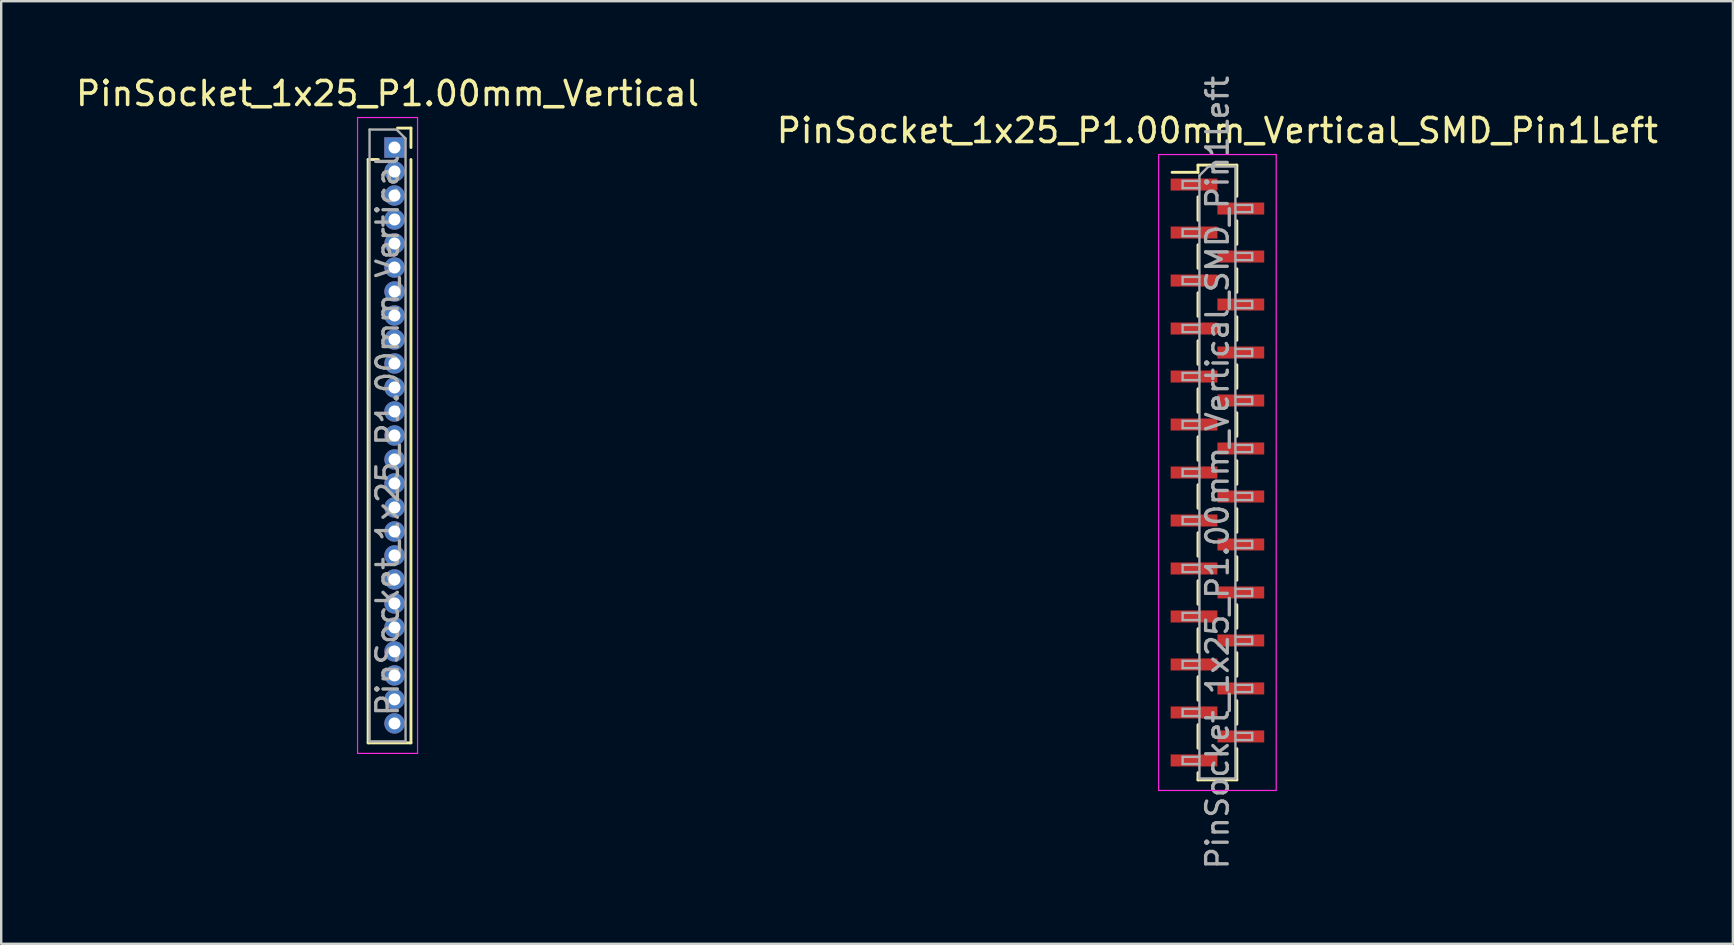
<source format=kicad_pcb>
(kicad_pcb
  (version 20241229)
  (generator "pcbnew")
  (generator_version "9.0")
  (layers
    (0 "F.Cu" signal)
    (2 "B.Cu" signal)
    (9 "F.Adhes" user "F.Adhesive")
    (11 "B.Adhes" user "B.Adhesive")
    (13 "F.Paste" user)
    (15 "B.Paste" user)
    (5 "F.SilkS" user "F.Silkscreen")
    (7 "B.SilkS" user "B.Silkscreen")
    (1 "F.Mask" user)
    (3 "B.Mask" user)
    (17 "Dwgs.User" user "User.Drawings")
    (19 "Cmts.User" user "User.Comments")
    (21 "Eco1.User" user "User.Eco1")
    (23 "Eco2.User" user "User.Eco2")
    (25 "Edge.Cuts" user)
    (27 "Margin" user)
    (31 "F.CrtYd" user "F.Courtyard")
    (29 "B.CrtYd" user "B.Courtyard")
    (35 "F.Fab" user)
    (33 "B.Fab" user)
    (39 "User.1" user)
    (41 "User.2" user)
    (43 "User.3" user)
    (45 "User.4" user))
  (footprint "PinSocket_1x25_P1.00mm_Vertical_SMD_Pin1Left"
    (layer "F.Cu")
    (at 47.685 16.641)
    (property "Reference" "PinSocket_1x25_P1.00mm_Vertical_SMD_Pin1Left" (at 0 -14.25 0) (layer "F.SilkS") (effects (font (size 1 1) (thickness 0.15))))
    (attr smd)
    (fp_line (start -1.89 -12.51) (end -0.81 -12.51) (stroke (width 0.12) (type solid)) (layer "F.SilkS"))
    (fp_line (start -0.81 -12.81) (end -0.81 -12.51) (stroke (width 0.12) (type solid)) (layer "F.SilkS"))
    (fp_line (start -0.81 -12.81) (end 0.81 -12.81) (stroke (width 0.12) (type solid)) (layer "F.SilkS"))
    (fp_line (start -0.81 -11.49) (end -0.81 -10.51) (stroke (width 0.12) (type solid)) (layer "F.SilkS"))
    (fp_line (start -0.81 -9.49) (end -0.81 -8.51) (stroke (width 0.12) (type solid)) (layer "F.SilkS"))
    (fp_line (start -0.81 -7.49) (end -0.81 -6.51) (stroke (width 0.12) (type solid)) (layer "F.SilkS"))
    (fp_line (start -0.81 -5.49) (end -0.81 -4.51) (stroke (width 0.12) (type solid)) (layer "F.SilkS"))
    (fp_line (start -0.81 -3.49) (end -0.81 -2.51) (stroke (width 0.12) (type solid)) (layer "F.SilkS"))
    (fp_line (start -0.81 -1.49) (end -0.81 -0.51) (stroke (width 0.12) (type solid)) (layer "F.SilkS"))
    (fp_line (start -0.81 0.51) (end -0.81 1.49) (stroke (width 0.12) (type solid)) (layer "F.SilkS"))
    (fp_line (start -0.81 2.51) (end -0.81 3.49) (stroke (width 0.12) (type solid)) (layer "F.SilkS"))
    (fp_line (start -0.81 4.51) (end -0.81 5.49) (stroke (width 0.12) (type solid)) (layer "F.SilkS"))
    (fp_line (start -0.81 6.51) (end -0.81 7.49) (stroke (width 0.12) (type solid)) (layer "F.SilkS"))
    (fp_line (start -0.81 8.51) (end -0.81 9.49) (stroke (width 0.12) (type solid)) (layer "F.SilkS"))
    (fp_line (start -0.81 10.51) (end -0.81 11.49) (stroke (width 0.12) (type solid)) (layer "F.SilkS"))
    (fp_line (start -0.81 12.51) (end -0.81 12.81) (stroke (width 0.12) (type solid)) (layer "F.SilkS"))
    (fp_line (start -0.81 12.81) (end 0.81 12.81) (stroke (width 0.12) (type solid)) (layer "F.SilkS"))
    (fp_line (start 0.81 -12.81) (end 0.81 -11.51) (stroke (width 0.12) (type solid)) (layer "F.SilkS"))
    (fp_line (start 0.81 -10.49) (end 0.81 -9.51) (stroke (width 0.12) (type solid)) (layer "F.SilkS"))
    (fp_line (start 0.81 -8.49) (end 0.81 -7.51) (stroke (width 0.12) (type solid)) (layer "F.SilkS"))
    (fp_line (start 0.81 -6.49) (end 0.81 -5.51) (stroke (width 0.12) (type solid)) (layer "F.SilkS"))
    (fp_line (start 0.81 -4.49) (end 0.81 -3.51) (stroke (width 0.12) (type solid)) (layer "F.SilkS"))
    (fp_line (start 0.81 -2.49) (end 0.81 -1.51) (stroke (width 0.12) (type solid)) (layer "F.SilkS"))
    (fp_line (start 0.81 -0.49) (end 0.81 0.49) (stroke (width 0.12) (type solid)) (layer "F.SilkS"))
    (fp_line (start 0.81 1.51) (end 0.81 2.49) (stroke (width 0.12) (type solid)) (layer "F.SilkS"))
    (fp_line (start 0.81 3.51) (end 0.81 4.49) (stroke (width 0.12) (type solid)) (layer "F.SilkS"))
    (fp_line (start 0.81 5.51) (end 0.81 6.49) (stroke (width 0.12) (type solid)) (layer "F.SilkS"))
    (fp_line (start 0.81 7.51) (end 0.81 8.49) (stroke (width 0.12) (type solid)) (layer "F.SilkS"))
    (fp_line (start 0.81 9.51) (end 0.81 10.49) (stroke (width 0.12) (type solid)) (layer "F.SilkS"))
    (fp_line (start 0.81 11.51) (end 0.81 12.81) (stroke (width 0.12) (type solid)) (layer "F.SilkS"))
    (fp_line (start -2.45 -13.25) (end 2.45 -13.25) (stroke (width 0.05) (type solid)) (layer "F.CrtYd"))
    (fp_line (start -2.45 13.25) (end -2.45 -13.25) (stroke (width 0.05) (type solid)) (layer "F.CrtYd"))
    (fp_line (start 2.45 -13.25) (end 2.45 13.25) (stroke (width 0.05) (type solid)) (layer "F.CrtYd"))
    (fp_line (start 2.45 13.25) (end -2.45 13.25) (stroke (width 0.05) (type solid)) (layer "F.CrtYd"))
    (fp_line (start -1.45 -12.15) (end -0.75 -12.15) (stroke (width 0.1) (type solid)) (layer "F.Fab"))
    (fp_line (start -1.45 -11.85) (end -1.45 -12.15) (stroke (width 0.1) (type solid)) (layer "F.Fab"))
    (fp_line (start -1.45 -10.15) (end -0.75 -10.15) (stroke (width 0.1) (type solid)) (layer "F.Fab"))
    (fp_line (start -1.45 -9.85) (end -1.45 -10.15) (stroke (width 0.1) (type solid)) (layer "F.Fab"))
    (fp_line (start -1.45 -8.15) (end -0.75 -8.15) (stroke (width 0.1) (type solid)) (layer "F.Fab"))
    (fp_line (start -1.45 -7.85) (end -1.45 -8.15) (stroke (width 0.1) (type solid)) (layer "F.Fab"))
    (fp_line (start -1.45 -6.15) (end -0.75 -6.15) (stroke (width 0.1) (type solid)) (layer "F.Fab"))
    (fp_line (start -1.45 -5.85) (end -1.45 -6.15) (stroke (width 0.1) (type solid)) (layer "F.Fab"))
    (fp_line (start -1.45 -4.15) (end -0.75 -4.15) (stroke (width 0.1) (type solid)) (layer "F.Fab"))
    (fp_line (start -1.45 -3.85) (end -1.45 -4.15) (stroke (width 0.1) (type solid)) (layer "F.Fab"))
    (fp_line (start -1.45 -2.15) (end -0.75 -2.15) (stroke (width 0.1) (type solid)) (layer "F.Fab"))
    (fp_line (start -1.45 -1.85) (end -1.45 -2.15) (stroke (width 0.1) (type solid)) (layer "F.Fab"))
    (fp_line (start -1.45 -0.15) (end -0.75 -0.15) (stroke (width 0.1) (type solid)) (layer "F.Fab"))
    (fp_line (start -1.45 0.15) (end -1.45 -0.15) (stroke (width 0.1) (type solid)) (layer "F.Fab"))
    (fp_line (start -1.45 1.85) (end -0.75 1.85) (stroke (width 0.1) (type solid)) (layer "F.Fab"))
    (fp_line (start -1.45 2.15) (end -1.45 1.85) (stroke (width 0.1) (type solid)) (layer "F.Fab"))
    (fp_line (start -1.45 3.85) (end -0.75 3.85) (stroke (width 0.1) (type solid)) (layer "F.Fab"))
    (fp_line (start -1.45 4.15) (end -1.45 3.85) (stroke (width 0.1) (type solid)) (layer "F.Fab"))
    (fp_line (start -1.45 5.85) (end -0.75 5.85) (stroke (width 0.1) (type solid)) (layer "F.Fab"))
    (fp_line (start -1.45 6.15) (end -1.45 5.85) (stroke (width 0.1) (type solid)) (layer "F.Fab"))
    (fp_line (start -1.45 7.85) (end -0.75 7.85) (stroke (width 0.1) (type solid)) (layer "F.Fab"))
    (fp_line (start -1.45 8.15) (end -1.45 7.85) (stroke (width 0.1) (type solid)) (layer "F.Fab"))
    (fp_line (start -1.45 9.85) (end -0.75 9.85) (stroke (width 0.1) (type solid)) (layer "F.Fab"))
    (fp_line (start -1.45 10.15) (end -1.45 9.85) (stroke (width 0.1) (type solid)) (layer "F.Fab"))
    (fp_line (start -1.45 11.85) (end -0.75 11.85) (stroke (width 0.1) (type solid)) (layer "F.Fab"))
    (fp_line (start -1.45 12.15) (end -1.45 11.85) (stroke (width 0.1) (type solid)) (layer "F.Fab"))
    (fp_line (start -0.75 -12.375) (end -0.375 -12.75) (stroke (width 0.1) (type solid)) (layer "F.Fab"))
    (fp_line (start -0.75 -11.85) (end -1.45 -11.85) (stroke (width 0.1) (type solid)) (layer "F.Fab"))
    (fp_line (start -0.75 -9.85) (end -1.45 -9.85) (stroke (width 0.1) (type solid)) (layer "F.Fab"))
    (fp_line (start -0.75 -7.85) (end -1.45 -7.85) (stroke (width 0.1) (type solid)) (layer "F.Fab"))
    (fp_line (start -0.75 -5.85) (end -1.45 -5.85) (stroke (width 0.1) (type solid)) (layer "F.Fab"))
    (fp_line (start -0.75 -3.85) (end -1.45 -3.85) (stroke (width 0.1) (type solid)) (layer "F.Fab"))
    (fp_line (start -0.75 -1.85) (end -1.45 -1.85) (stroke (width 0.1) (type solid)) (layer "F.Fab"))
    (fp_line (start -0.75 0.15) (end -1.45 0.15) (stroke (width 0.1) (type solid)) (layer "F.Fab"))
    (fp_line (start -0.75 2.15) (end -1.45 2.15) (stroke (width 0.1) (type solid)) (layer "F.Fab"))
    (fp_line (start -0.75 4.15) (end -1.45 4.15) (stroke (width 0.1) (type solid)) (layer "F.Fab"))
    (fp_line (start -0.75 6.15) (end -1.45 6.15) (stroke (width 0.1) (type solid)) (layer "F.Fab"))
    (fp_line (start -0.75 8.15) (end -1.45 8.15) (stroke (width 0.1) (type solid)) (layer "F.Fab"))
    (fp_line (start -0.75 10.15) (end -1.45 10.15) (stroke (width 0.1) (type solid)) (layer "F.Fab"))
    (fp_line (start -0.75 12.15) (end -1.45 12.15) (stroke (width 0.1) (type solid)) (layer "F.Fab"))
    (fp_line (start -0.75 12.75) (end -0.75 -12.375) (stroke (width 0.1) (type solid)) (layer "F.Fab"))
    (fp_line (start -0.375 -12.75) (end 0.75 -12.75) (stroke (width 0.1) (type solid)) (layer "F.Fab"))
    (fp_line (start 0.75 -12.75) (end 0.75 12.75) (stroke (width 0.1) (type solid)) (layer "F.Fab"))
    (fp_line (start 0.75 -11.15) (end 1.45 -11.15) (stroke (width 0.1) (type solid)) (layer "F.Fab"))
    (fp_line (start 0.75 -9.15) (end 1.45 -9.15) (stroke (width 0.1) (type solid)) (layer "F.Fab"))
    (fp_line (start 0.75 -7.15) (end 1.45 -7.15) (stroke (width 0.1) (type solid)) (layer "F.Fab"))
    (fp_line (start 0.75 -5.15) (end 1.45 -5.15) (stroke (width 0.1) (type solid)) (layer "F.Fab"))
    (fp_line (start 0.75 -3.15) (end 1.45 -3.15) (stroke (width 0.1) (type solid)) (layer "F.Fab"))
    (fp_line (start 0.75 -1.15) (end 1.45 -1.15) (stroke (width 0.1) (type solid)) (layer "F.Fab"))
    (fp_line (start 0.75 0.85) (end 1.45 0.85) (stroke (width 0.1) (type solid)) (layer "F.Fab"))
    (fp_line (start 0.75 2.85) (end 1.45 2.85) (stroke (width 0.1) (type solid)) (layer "F.Fab"))
    (fp_line (start 0.75 4.85) (end 1.45 4.85) (stroke (width 0.1) (type solid)) (layer "F.Fab"))
    (fp_line (start 0.75 6.85) (end 1.45 6.85) (stroke (width 0.1) (type solid)) (layer "F.Fab"))
    (fp_line (start 0.75 8.85) (end 1.45 8.85) (stroke (width 0.1) (type solid)) (layer "F.Fab"))
    (fp_line (start 0.75 10.85) (end 1.45 10.85) (stroke (width 0.1) (type solid)) (layer "F.Fab"))
    (fp_line (start 0.75 12.75) (end -0.75 12.75) (stroke (width 0.1) (type solid)) (layer "F.Fab"))
    (fp_line (start 1.45 -11.15) (end 1.45 -10.85) (stroke (width 0.1) (type solid)) (layer "F.Fab"))
    (fp_line (start 1.45 -10.85) (end 0.75 -10.85) (stroke (width 0.1) (type solid)) (layer "F.Fab"))
    (fp_line (start 1.45 -9.15) (end 1.45 -8.85) (stroke (width 0.1) (type solid)) (layer "F.Fab"))
    (fp_line (start 1.45 -8.85) (end 0.75 -8.85) (stroke (width 0.1) (type solid)) (layer "F.Fab"))
    (fp_line (start 1.45 -7.15) (end 1.45 -6.85) (stroke (width 0.1) (type solid)) (layer "F.Fab"))
    (fp_line (start 1.45 -6.85) (end 0.75 -6.85) (stroke (width 0.1) (type solid)) (layer "F.Fab"))
    (fp_line (start 1.45 -5.15) (end 1.45 -4.85) (stroke (width 0.1) (type solid)) (layer "F.Fab"))
    (fp_line (start 1.45 -4.85) (end 0.75 -4.85) (stroke (width 0.1) (type solid)) (layer "F.Fab"))
    (fp_line (start 1.45 -3.15) (end 1.45 -2.85) (stroke (width 0.1) (type solid)) (layer "F.Fab"))
    (fp_line (start 1.45 -2.85) (end 0.75 -2.85) (stroke (width 0.1) (type solid)) (layer "F.Fab"))
    (fp_line (start 1.45 -1.15) (end 1.45 -0.85) (stroke (width 0.1) (type solid)) (layer "F.Fab"))
    (fp_line (start 1.45 -0.85) (end 0.75 -0.85) (stroke (width 0.1) (type solid)) (layer "F.Fab"))
    (fp_line (start 1.45 0.85) (end 1.45 1.15) (stroke (width 0.1) (type solid)) (layer "F.Fab"))
    (fp_line (start 1.45 1.15) (end 0.75 1.15) (stroke (width 0.1) (type solid)) (layer "F.Fab"))
    (fp_line (start 1.45 2.85) (end 1.45 3.15) (stroke (width 0.1) (type solid)) (layer "F.Fab"))
    (fp_line (start 1.45 3.15) (end 0.75 3.15) (stroke (width 0.1) (type solid)) (layer "F.Fab"))
    (fp_line (start 1.45 4.85) (end 1.45 5.15) (stroke (width 0.1) (type solid)) (layer "F.Fab"))
    (fp_line (start 1.45 5.15) (end 0.75 5.15) (stroke (width 0.1) (type solid)) (layer "F.Fab"))
    (fp_line (start 1.45 6.85) (end 1.45 7.15) (stroke (width 0.1) (type solid)) (layer "F.Fab"))
    (fp_line (start 1.45 7.15) (end 0.75 7.15) (stroke (width 0.1) (type solid)) (layer "F.Fab"))
    (fp_line (start 1.45 8.85) (end 1.45 9.15) (stroke (width 0.1) (type solid)) (layer "F.Fab"))
    (fp_line (start 1.45 9.15) (end 0.75 9.15) (stroke (width 0.1) (type solid)) (layer "F.Fab"))
    (fp_line (start 1.45 10.85) (end 1.45 11.15) (stroke (width 0.1) (type solid)) (layer "F.Fab"))
    (fp_line (start 1.45 11.15) (end 0.75 11.15) (stroke (width 0.1) (type solid)) (layer "F.Fab"))
    (fp_text user "${REFERENCE}" (at 0 0 90) (layer "F.Fab") (effects (font (size 0.9 0.9) (thickness 0.14))))
    (pad "1" smd rect (at -0.975 -12) (size 1.95 0.5) (layers "F.Cu" "F.Mask" "F.Paste"))
    (pad "2" smd rect (at 0.975 -11) (size 1.95 0.5) (layers "F.Cu" "F.Mask" "F.Paste"))
    (pad "3" smd rect (at -0.975 -10) (size 1.95 0.5) (layers "F.Cu" "F.Mask" "F.Paste"))
    (pad "4" smd rect (at 0.975 -9) (size 1.95 0.5) (layers "F.Cu" "F.Mask" "F.Paste"))
    (pad "5" smd rect (at -0.975 -8) (size 1.95 0.5) (layers "F.Cu" "F.Mask" "F.Paste"))
    (pad "6" smd rect (at 0.975 -7) (size 1.95 0.5) (layers "F.Cu" "F.Mask" "F.Paste"))
    (pad "7" smd rect (at -0.975 -6) (size 1.95 0.5) (layers "F.Cu" "F.Mask" "F.Paste"))
    (pad "8" smd rect (at 0.975 -5) (size 1.95 0.5) (layers "F.Cu" "F.Mask" "F.Paste"))
    (pad "9" smd rect (at -0.975 -4) (size 1.95 0.5) (layers "F.Cu" "F.Mask" "F.Paste"))
    (pad "10" smd rect (at 0.975 -3) (size 1.95 0.5) (layers "F.Cu" "F.Mask" "F.Paste"))
    (pad "11" smd rect (at -0.975 -2) (size 1.95 0.5) (layers "F.Cu" "F.Mask" "F.Paste"))
    (pad "12" smd rect (at 0.975 -1) (size 1.95 0.5) (layers "F.Cu" "F.Mask" "F.Paste"))
    (pad "13" smd rect (at -0.975 0) (size 1.95 0.5) (layers "F.Cu" "F.Mask" "F.Paste"))
    (pad "14" smd rect (at 0.975 1) (size 1.95 0.5) (layers "F.Cu" "F.Mask" "F.Paste"))
    (pad "15" smd rect (at -0.975 2) (size 1.95 0.5) (layers "F.Cu" "F.Mask" "F.Paste"))
    (pad "16" smd rect (at 0.975 3) (size 1.95 0.5) (layers "F.Cu" "F.Mask" "F.Paste"))
    (pad "17" smd rect (at -0.975 4) (size 1.95 0.5) (layers "F.Cu" "F.Mask" "F.Paste"))
    (pad "18" smd rect (at 0.975 5) (size 1.95 0.5) (layers "F.Cu" "F.Mask" "F.Paste"))
    (pad "19" smd rect (at -0.975 6) (size 1.95 0.5) (layers "F.Cu" "F.Mask" "F.Paste"))
    (pad "20" smd rect (at 0.975 7) (size 1.95 0.5) (layers "F.Cu" "F.Mask" "F.Paste"))
    (pad "21" smd rect (at -0.975 8) (size 1.95 0.5) (layers "F.Cu" "F.Mask" "F.Paste"))
    (pad "22" smd rect (at 0.975 9) (size 1.95 0.5) (layers "F.Cu" "F.Mask" "F.Paste"))
    (pad "23" smd rect (at -0.975 10) (size 1.95 0.5) (layers "F.Cu" "F.Mask" "F.Paste"))
    (pad "24" smd rect (at 0.975 11) (size 1.95 0.5) (layers "F.Cu" "F.Mask" "F.Paste"))
    (pad "25" smd rect (at -0.975 12) (size 1.95 0.5) (layers "F.Cu" "F.Mask" "F.Paste")))
  (footprint "PinSocket_1x25_P1.00mm_Vertical"
    (layer "F.Cu")
    (at 13.391 3.098)
    (property "Reference" "PinSocket_1x25_P1.00mm_Vertical" (at -0.29 -2.25 0) (layer "F.SilkS") (effects (font (size 1 1) (thickness 0.15))))
    (attr through_hole)
    (fp_line (start -1.1 0.5) (end -1.1 24.81) (stroke (width 0.12) (type solid)) (layer "F.SilkS"))
    (fp_line (start -1.1 0.5) (end -0.674 0.5) (stroke (width 0.12) (type solid)) (layer "F.SilkS"))
    (fp_line (start -1.1 24.81) (end 0.685 24.81) (stroke (width 0.12) (type solid)) (layer "F.SilkS"))
    (fp_line (start 0.125 -0.81) (end 0.685 -0.81) (stroke (width 0.12) (type solid)) (layer "F.SilkS"))
    (fp_line (start 0.685 -0.81) (end 0.685 0) (stroke (width 0.12) (type solid)) (layer "F.SilkS"))
    (fp_line (start 0.685 0.5) (end 0.685 24.81) (stroke (width 0.12) (type solid)) (layer "F.SilkS"))
    (fp_line (start -1.54 -1.25) (end 0.96 -1.25) (stroke (width 0.05) (type solid)) (layer "F.CrtYd"))
    (fp_line (start -1.54 25.25) (end -1.54 -1.25) (stroke (width 0.05) (type solid)) (layer "F.CrtYd"))
    (fp_line (start 0.96 -1.25) (end 0.96 25.25) (stroke (width 0.05) (type solid)) (layer "F.CrtYd"))
    (fp_line (start 0.96 25.25) (end -1.54 25.25) (stroke (width 0.05) (type solid)) (layer "F.CrtYd"))
    (fp_line (start -1.04 -0.75) (end 0.085 -0.75) (stroke (width 0.1) (type solid)) (layer "F.Fab"))
    (fp_line (start -1.04 24.75) (end -1.04 -0.75) (stroke (width 0.1) (type solid)) (layer "F.Fab"))
    (fp_line (start 0.085 -0.75) (end 0.46 -0.375) (stroke (width 0.1) (type solid)) (layer "F.Fab"))
    (fp_line (start 0.46 -0.375) (end 0.46 24.75) (stroke (width 0.1) (type solid)) (layer "F.Fab"))
    (fp_line (start 0.46 24.75) (end -1.04 24.75) (stroke (width 0.1) (type solid)) (layer "F.Fab"))
    (fp_text user "${REFERENCE}" (at -0.29 12 90) (layer "F.Fab") (effects (font (size 0.9 0.9) (thickness 0.14))))
    (pad "1" thru_hole rect (at 0 0) (size 0.85 0.85) (drill 0.5) (layers "*.Cu" "*.Mask"))
    (pad "2" thru_hole oval (at 0 1) (size 0.85 0.85) (drill 0.5) (layers "*.Cu" "*.Mask"))
    (pad "3" thru_hole oval (at 0 2) (size 0.85 0.85) (drill 0.5) (layers "*.Cu" "*.Mask"))
    (pad "4" thru_hole oval (at 0 3) (size 0.85 0.85) (drill 0.5) (layers "*.Cu" "*.Mask"))
    (pad "5" thru_hole oval (at 0 4) (size 0.85 0.85) (drill 0.5) (layers "*.Cu" "*.Mask"))
    (pad "6" thru_hole oval (at 0 5) (size 0.85 0.85) (drill 0.5) (layers "*.Cu" "*.Mask"))
    (pad "7" thru_hole oval (at 0 6) (size 0.85 0.85) (drill 0.5) (layers "*.Cu" "*.Mask"))
    (pad "8" thru_hole oval (at 0 7) (size 0.85 0.85) (drill 0.5) (layers "*.Cu" "*.Mask"))
    (pad "9" thru_hole oval (at 0 8) (size 0.85 0.85) (drill 0.5) (layers "*.Cu" "*.Mask"))
    (pad "10" thru_hole oval (at 0 9) (size 0.85 0.85) (drill 0.5) (layers "*.Cu" "*.Mask"))
    (pad "11" thru_hole oval (at 0 10) (size 0.85 0.85) (drill 0.5) (layers "*.Cu" "*.Mask"))
    (pad "12" thru_hole oval (at 0 11) (size 0.85 0.85) (drill 0.5) (layers "*.Cu" "*.Mask"))
    (pad "13" thru_hole oval (at 0 12) (size 0.85 0.85) (drill 0.5) (layers "*.Cu" "*.Mask"))
    (pad "14" thru_hole oval (at 0 13) (size 0.85 0.85) (drill 0.5) (layers "*.Cu" "*.Mask"))
    (pad "15" thru_hole oval (at 0 14) (size 0.85 0.85) (drill 0.5) (layers "*.Cu" "*.Mask"))
    (pad "16" thru_hole oval (at 0 15) (size 0.85 0.85) (drill 0.5) (layers "*.Cu" "*.Mask"))
    (pad "17" thru_hole oval (at 0 16) (size 0.85 0.85) (drill 0.5) (layers "*.Cu" "*.Mask"))
    (pad "18" thru_hole oval (at 0 17) (size 0.85 0.85) (drill 0.5) (layers "*.Cu" "*.Mask"))
    (pad "19" thru_hole oval (at 0 18) (size 0.85 0.85) (drill 0.5) (layers "*.Cu" "*.Mask"))
    (pad "20" thru_hole oval (at 0 19) (size 0.85 0.85) (drill 0.5) (layers "*.Cu" "*.Mask"))
    (pad "21" thru_hole oval (at 0 20) (size 0.85 0.85) (drill 0.5) (layers "*.Cu" "*.Mask"))
    (pad "22" thru_hole oval (at 0 21) (size 0.85 0.85) (drill 0.5) (layers "*.Cu" "*.Mask"))
    (pad "23" thru_hole oval (at 0 22) (size 0.85 0.85) (drill 0.5) (layers "*.Cu" "*.Mask"))
    (pad "24" thru_hole oval (at 0 23) (size 0.85 0.85) (drill 0.5) (layers "*.Cu" "*.Mask"))
    (pad "25" thru_hole oval (at 0 24) (size 0.85 0.85) (drill 0.5) (layers "*.Cu" "*.Mask")))
  (gr_rect
    (start -3 -3)
    (end 69.167 36.283)
    (stroke (width 0.1) (type default))
    (fill no)
    (layer "Edge.Cuts")))
</source>
